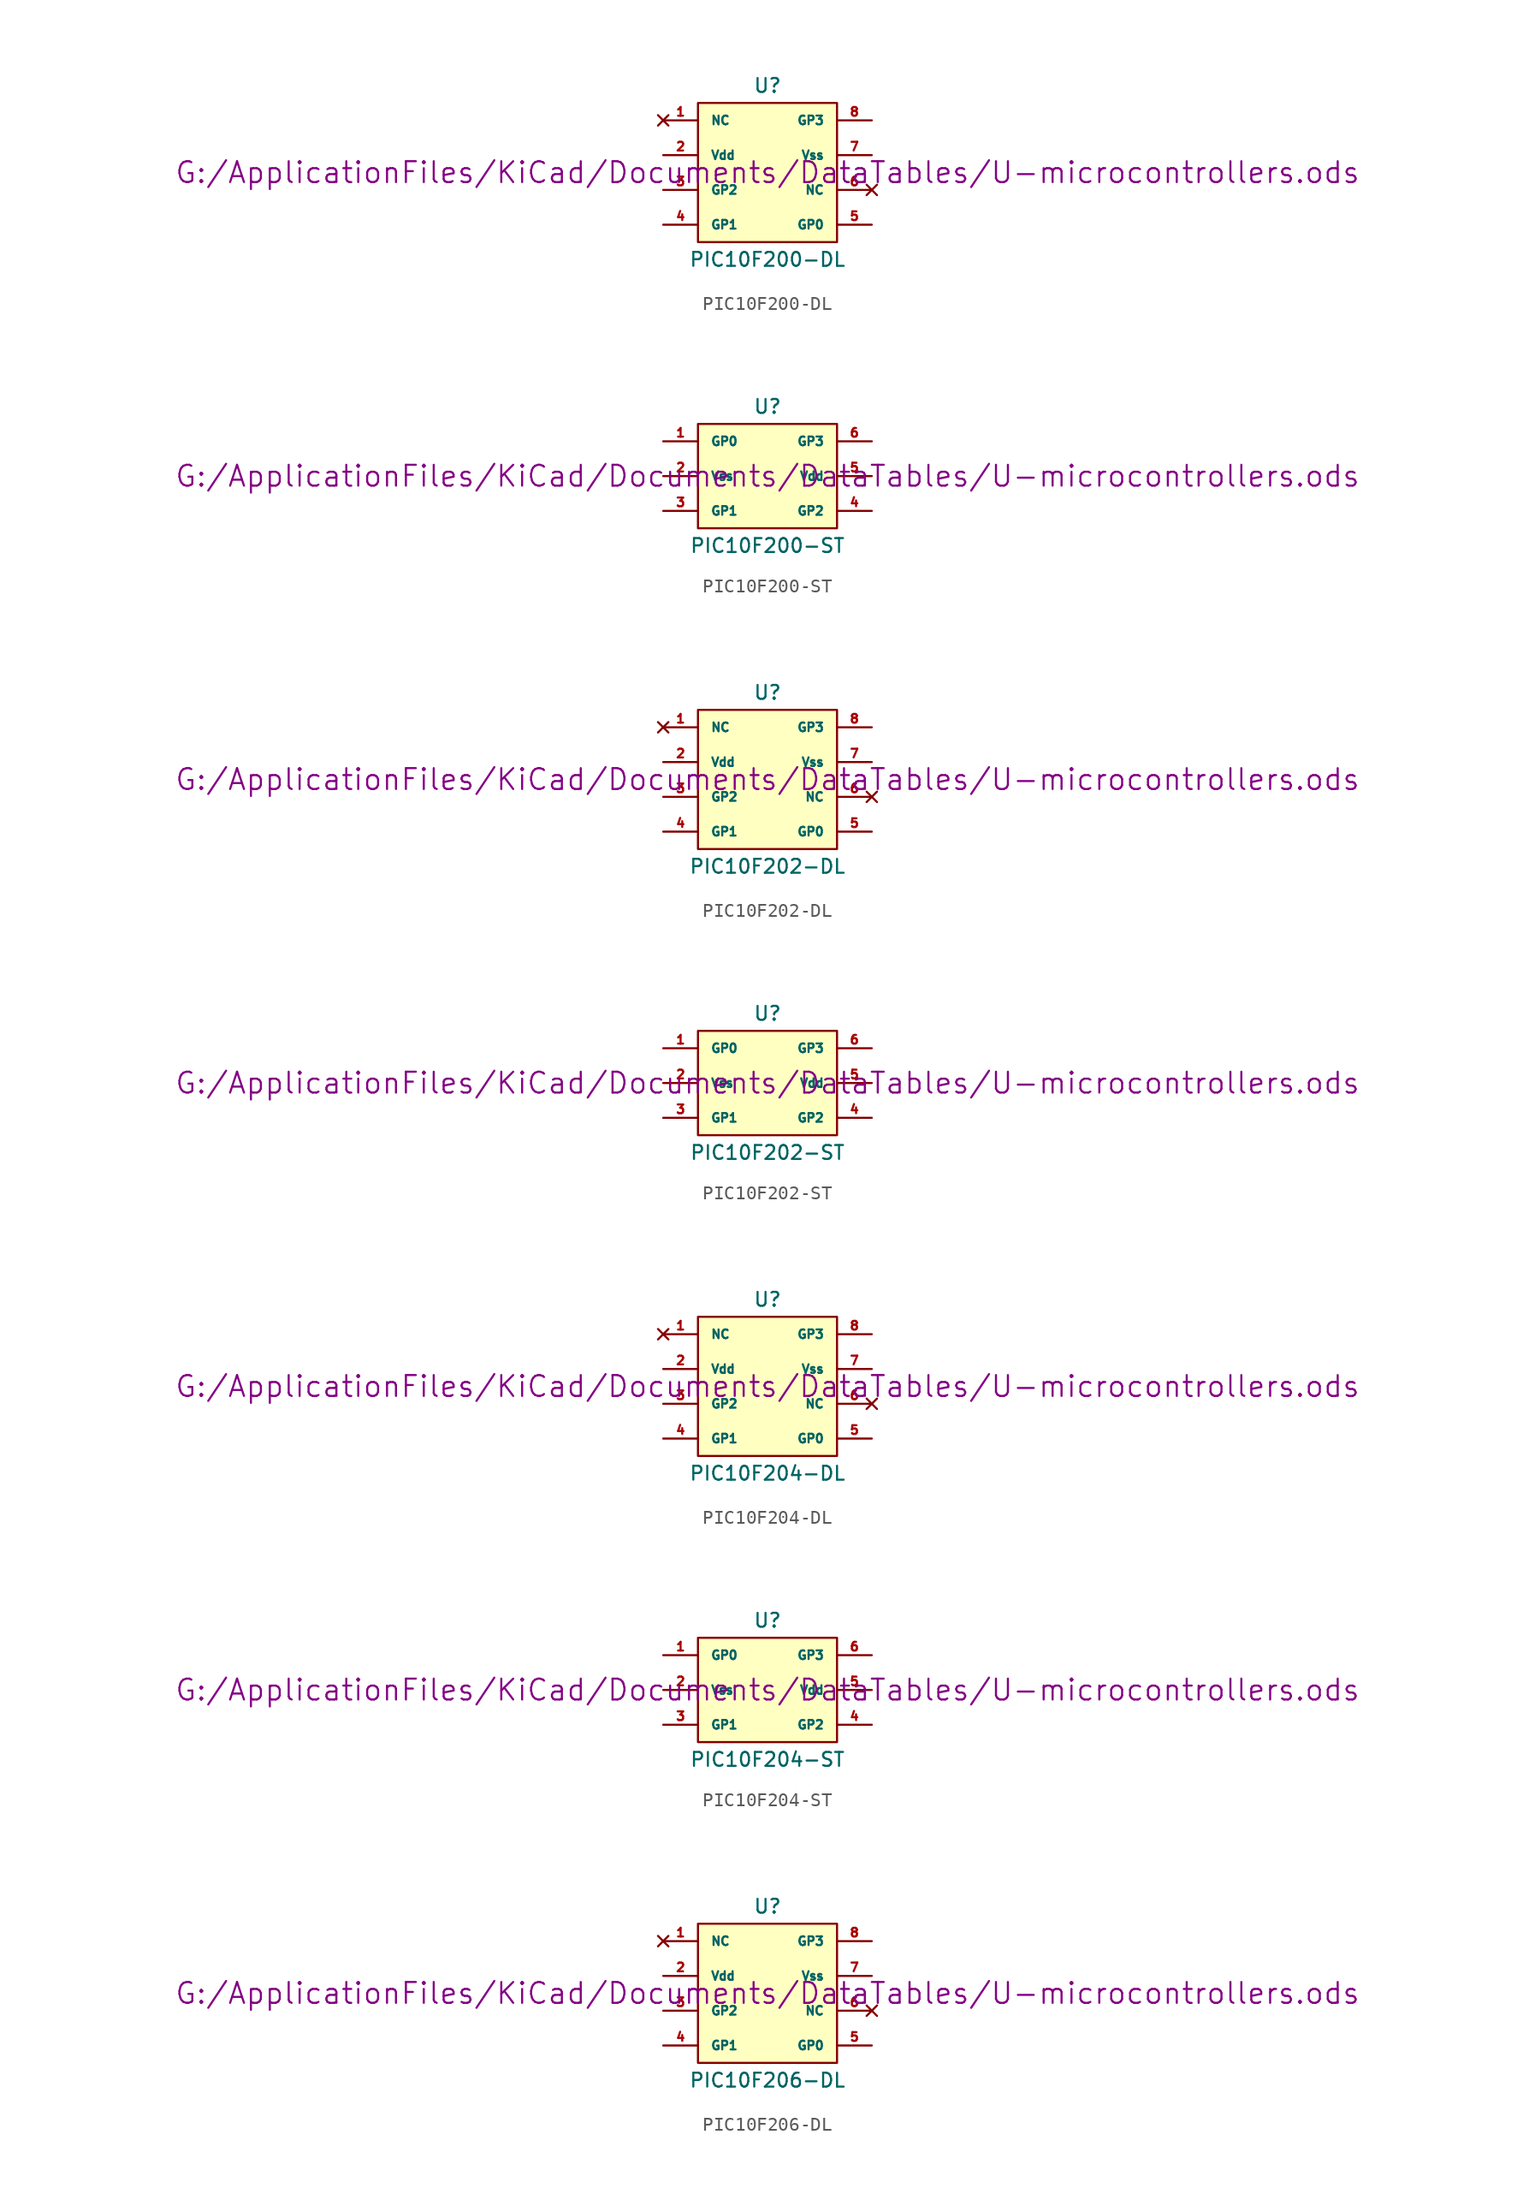
<source format=kicad_sym>
(kicad_symbol_lib
  (version 20211014)
  (generator kicad_symbol_editor)
  (symbol "PIC10F200-DL"
    (pin_names
      (offset 0.889))
    (property "Reference" "U"
      (at 0 6.35 0)
      (effects (font (size 1.016 1.016))))
    (property "Value" "PIC10F200-DL"
      (at 0 -6.35 0)
      (effects (font (size 1.016 1.016))))
    (property "Footprint" ""
      (at 0 0 0)
      (effects (font (size 1.524 1.524))))
    (property "Datasheet" "G:/ApplicationFiles/KiCad/Documents/DataTables/U-microcontrollers.ods"
      (at 0 0 0)
      (effects (font (size 1.524 1.524))))
    (symbol "PIC10F200-DL_1_0"
      (rectangle (start -5.08 -5.08) (end 5.08 5.08) (stroke (width 0) (type default) (color 0 0 0 0)) (fill (type background))))
    (symbol "PIC10F200-DL_1_1"
      (pin no_connect line (at -7.62 3.81 0) (length 2.54) (name "NC" (effects (font (size 0.635 0.635)))) (number "1" (effects (font (size 0.635 0.635)))))
      (pin power_in line (at -7.62 1.27 0) (length 2.54) (name "Vdd" (effects (font (size 0.635 0.635)))) (number "2" (effects (font (size 0.635 0.635)))))
      (pin bidirectional line (at -7.62 -1.27 0) (length 2.54) (name "GP2" (effects (font (size 0.635 0.635)))) (number "3" (effects (font (size 0.635 0.635)))))
      (pin bidirectional line (at -7.62 -3.81 0) (length 2.54) (name "GP1" (effects (font (size 0.635 0.635)))) (number "4" (effects (font (size 0.635 0.635)))))
      (pin bidirectional line (at 7.62 -3.81 180) (length 2.54) (name "GP0" (effects (font (size 0.635 0.635)))) (number "5" (effects (font (size 0.635 0.635)))))
      (pin no_connect line (at 7.62 -1.27 180) (length 2.54) (name "NC" (effects (font (size 0.635 0.635)))) (number "6" (effects (font (size 0.635 0.635)))))
      (pin power_in line (at 7.62 1.27 180) (length 2.54) (name "Vss" (effects (font (size 0.635 0.635)))) (number "7" (effects (font (size 0.635 0.635)))))
      (pin bidirectional line (at 7.62 3.81 180) (length 2.54) (name "GP3" (effects (font (size 0.635 0.635)))) (number "8" (effects (font (size 0.635 0.635)))))))
  (symbol "PIC10F200-ST"
    (pin_names
      (offset 0.889))
    (property "Reference" "U"
      (at 0 5.08 0)
      (effects (font (size 1.016 1.016))))
    (property "Value" "PIC10F200-ST"
      (at 0 -5.08 0)
      (effects (font (size 1.016 1.016))))
    (property "Footprint" ""
      (at 0 0 0)
      (effects (font (size 1.524 1.524))))
    (property "Datasheet" "G:/ApplicationFiles/KiCad/Documents/DataTables/U-microcontrollers.ods"
      (at 0 0 0)
      (effects (font (size 1.524 1.524))))
    (symbol "PIC10F200-ST_1_0"
      (rectangle (start -5.08 -3.81) (end 5.08 3.81) (stroke (width 0) (type default) (color 0 0 0 0)) (fill (type background))))
    (symbol "PIC10F200-ST_1_1"
      (pin bidirectional line (at -7.62 2.54 0) (length 2.54) (name "GP0" (effects (font (size 0.635 0.635)))) (number "1" (effects (font (size 0.635 0.635)))))
      (pin power_in line (at -7.62 0 0) (length 2.54) (name "Vss" (effects (font (size 0.635 0.635)))) (number "2" (effects (font (size 0.635 0.635)))))
      (pin bidirectional line (at -7.62 -2.54 0) (length 2.54) (name "GP1" (effects (font (size 0.635 0.635)))) (number "3" (effects (font (size 0.635 0.635)))))
      (pin bidirectional line (at 7.62 -2.54 180) (length 2.54) (name "GP2" (effects (font (size 0.635 0.635)))) (number "4" (effects (font (size 0.635 0.635)))))
      (pin power_in line (at 7.62 0 180) (length 2.54) (name "Vdd" (effects (font (size 0.635 0.635)))) (number "5" (effects (font (size 0.635 0.635)))))
      (pin bidirectional line (at 7.62 2.54 180) (length 2.54) (name "GP3" (effects (font (size 0.635 0.635)))) (number "6" (effects (font (size 0.635 0.635)))))))
  (symbol "PIC10F202-DL"
    (pin_names
      (offset 0.889))
    (property "Reference" "U"
      (at 0 6.35 0)
      (effects (font (size 1.016 1.016))))
    (property "Value" "PIC10F202-DL"
      (at 0 -6.35 0)
      (effects (font (size 1.016 1.016))))
    (property "Footprint" ""
      (at 0 0 0)
      (effects (font (size 1.524 1.524))))
    (property "Datasheet" "G:/ApplicationFiles/KiCad/Documents/DataTables/U-microcontrollers.ods"
      (at 0 0 0)
      (effects (font (size 1.524 1.524))))
    (symbol "PIC10F202-DL_1_0"
      (rectangle (start -5.08 -5.08) (end 5.08 5.08) (stroke (width 0) (type default) (color 0 0 0 0)) (fill (type background))))
    (symbol "PIC10F202-DL_1_1"
      (pin no_connect line (at -7.62 3.81 0) (length 2.54) (name "NC" (effects (font (size 0.635 0.635)))) (number "1" (effects (font (size 0.635 0.635)))))
      (pin power_in line (at -7.62 1.27 0) (length 2.54) (name "Vdd" (effects (font (size 0.635 0.635)))) (number "2" (effects (font (size 0.635 0.635)))))
      (pin bidirectional line (at -7.62 -1.27 0) (length 2.54) (name "GP2" (effects (font (size 0.635 0.635)))) (number "3" (effects (font (size 0.635 0.635)))))
      (pin bidirectional line (at -7.62 -3.81 0) (length 2.54) (name "GP1" (effects (font (size 0.635 0.635)))) (number "4" (effects (font (size 0.635 0.635)))))
      (pin bidirectional line (at 7.62 -3.81 180) (length 2.54) (name "GP0" (effects (font (size 0.635 0.635)))) (number "5" (effects (font (size 0.635 0.635)))))
      (pin no_connect line (at 7.62 -1.27 180) (length 2.54) (name "NC" (effects (font (size 0.635 0.635)))) (number "6" (effects (font (size 0.635 0.635)))))
      (pin power_in line (at 7.62 1.27 180) (length 2.54) (name "Vss" (effects (font (size 0.635 0.635)))) (number "7" (effects (font (size 0.635 0.635)))))
      (pin bidirectional line (at 7.62 3.81 180) (length 2.54) (name "GP3" (effects (font (size 0.635 0.635)))) (number "8" (effects (font (size 0.635 0.635)))))))
  (symbol "PIC10F202-ST"
    (pin_names
      (offset 0.889))
    (property "Reference" "U"
      (at 0 5.08 0)
      (effects (font (size 1.016 1.016))))
    (property "Value" "PIC10F202-ST"
      (at 0 -5.08 0)
      (effects (font (size 1.016 1.016))))
    (property "Footprint" ""
      (at 0 0 0)
      (effects (font (size 1.524 1.524))))
    (property "Datasheet" "G:/ApplicationFiles/KiCad/Documents/DataTables/U-microcontrollers.ods"
      (at 0 0 0)
      (effects (font (size 1.524 1.524))))
    (symbol "PIC10F202-ST_1_0"
      (rectangle (start -5.08 -3.81) (end 5.08 3.81) (stroke (width 0) (type default) (color 0 0 0 0)) (fill (type background))))
    (symbol "PIC10F202-ST_1_1"
      (pin bidirectional line (at -7.62 2.54 0) (length 2.54) (name "GP0" (effects (font (size 0.635 0.635)))) (number "1" (effects (font (size 0.635 0.635)))))
      (pin power_in line (at -7.62 0 0) (length 2.54) (name "Vss" (effects (font (size 0.635 0.635)))) (number "2" (effects (font (size 0.635 0.635)))))
      (pin bidirectional line (at -7.62 -2.54 0) (length 2.54) (name "GP1" (effects (font (size 0.635 0.635)))) (number "3" (effects (font (size 0.635 0.635)))))
      (pin bidirectional line (at 7.62 -2.54 180) (length 2.54) (name "GP2" (effects (font (size 0.635 0.635)))) (number "4" (effects (font (size 0.635 0.635)))))
      (pin power_in line (at 7.62 0 180) (length 2.54) (name "Vdd" (effects (font (size 0.635 0.635)))) (number "5" (effects (font (size 0.635 0.635)))))
      (pin bidirectional line (at 7.62 2.54 180) (length 2.54) (name "GP3" (effects (font (size 0.635 0.635)))) (number "6" (effects (font (size 0.635 0.635)))))))
  (symbol "PIC10F204-DL"
    (pin_names
      (offset 0.889))
    (property "Reference" "U"
      (at 0 6.35 0)
      (effects (font (size 1.016 1.016))))
    (property "Value" "PIC10F204-DL"
      (at 0 -6.35 0)
      (effects (font (size 1.016 1.016))))
    (property "Footprint" ""
      (at 0 0 0)
      (effects (font (size 1.524 1.524))))
    (property "Datasheet" "G:/ApplicationFiles/KiCad/Documents/DataTables/U-microcontrollers.ods"
      (at 0 0 0)
      (effects (font (size 1.524 1.524))))
    (symbol "PIC10F204-DL_1_0"
      (rectangle (start -5.08 -5.08) (end 5.08 5.08) (stroke (width 0) (type default) (color 0 0 0 0)) (fill (type background))))
    (symbol "PIC10F204-DL_1_1"
      (pin no_connect line (at -7.62 3.81 0) (length 2.54) (name "NC" (effects (font (size 0.635 0.635)))) (number "1" (effects (font (size 0.635 0.635)))))
      (pin power_in line (at -7.62 1.27 0) (length 2.54) (name "Vdd" (effects (font (size 0.635 0.635)))) (number "2" (effects (font (size 0.635 0.635)))))
      (pin bidirectional line (at -7.62 -1.27 0) (length 2.54) (name "GP2" (effects (font (size 0.635 0.635)))) (number "3" (effects (font (size 0.635 0.635)))))
      (pin bidirectional line (at -7.62 -3.81 0) (length 2.54) (name "GP1" (effects (font (size 0.635 0.635)))) (number "4" (effects (font (size 0.635 0.635)))))
      (pin bidirectional line (at 7.62 -3.81 180) (length 2.54) (name "GP0" (effects (font (size 0.635 0.635)))) (number "5" (effects (font (size 0.635 0.635)))))
      (pin no_connect line (at 7.62 -1.27 180) (length 2.54) (name "NC" (effects (font (size 0.635 0.635)))) (number "6" (effects (font (size 0.635 0.635)))))
      (pin power_in line (at 7.62 1.27 180) (length 2.54) (name "Vss" (effects (font (size 0.635 0.635)))) (number "7" (effects (font (size 0.635 0.635)))))
      (pin bidirectional line (at 7.62 3.81 180) (length 2.54) (name "GP3" (effects (font (size 0.635 0.635)))) (number "8" (effects (font (size 0.635 0.635)))))))
  (symbol "PIC10F204-ST"
    (pin_names
      (offset 0.889))
    (property "Reference" "U"
      (at 0 5.08 0)
      (effects (font (size 1.016 1.016))))
    (property "Value" "PIC10F204-ST"
      (at 0 -5.08 0)
      (effects (font (size 1.016 1.016))))
    (property "Footprint" ""
      (at 0 0 0)
      (effects (font (size 1.524 1.524))))
    (property "Datasheet" "G:/ApplicationFiles/KiCad/Documents/DataTables/U-microcontrollers.ods"
      (at 0 0 0)
      (effects (font (size 1.524 1.524))))
    (symbol "PIC10F204-ST_1_0"
      (rectangle (start -5.08 -3.81) (end 5.08 3.81) (stroke (width 0) (type default) (color 0 0 0 0)) (fill (type background))))
    (symbol "PIC10F204-ST_1_1"
      (pin bidirectional line (at -7.62 2.54 0) (length 2.54) (name "GP0" (effects (font (size 0.635 0.635)))) (number "1" (effects (font (size 0.635 0.635)))))
      (pin power_in line (at -7.62 0 0) (length 2.54) (name "Vss" (effects (font (size 0.635 0.635)))) (number "2" (effects (font (size 0.635 0.635)))))
      (pin bidirectional line (at -7.62 -2.54 0) (length 2.54) (name "GP1" (effects (font (size 0.635 0.635)))) (number "3" (effects (font (size 0.635 0.635)))))
      (pin bidirectional line (at 7.62 -2.54 180) (length 2.54) (name "GP2" (effects (font (size 0.635 0.635)))) (number "4" (effects (font (size 0.635 0.635)))))
      (pin power_in line (at 7.62 0 180) (length 2.54) (name "Vdd" (effects (font (size 0.635 0.635)))) (number "5" (effects (font (size 0.635 0.635)))))
      (pin bidirectional line (at 7.62 2.54 180) (length 2.54) (name "GP3" (effects (font (size 0.635 0.635)))) (number "6" (effects (font (size 0.635 0.635)))))))
  (symbol "PIC10F206-DL"
    (pin_names
      (offset 0.889))
    (property "Reference" "U"
      (at 0 6.35 0)
      (effects (font (size 1.016 1.016))))
    (property "Value" "PIC10F206-DL"
      (at 0 -6.35 0)
      (effects (font (size 1.016 1.016))))
    (property "Footprint" ""
      (at 0 0 0)
      (effects (font (size 1.524 1.524))))
    (property "Datasheet" "G:/ApplicationFiles/KiCad/Documents/DataTables/U-microcontrollers.ods"
      (at 0 0 0)
      (effects (font (size 1.524 1.524))))
    (symbol "PIC10F206-DL_1_0"
      (rectangle (start -5.08 -5.08) (end 5.08 5.08) (stroke (width 0) (type default) (color 0 0 0 0)) (fill (type background))))
    (symbol "PIC10F206-DL_1_1"
      (pin no_connect line (at -7.62 3.81 0) (length 2.54) (name "NC" (effects (font (size 0.635 0.635)))) (number "1" (effects (font (size 0.635 0.635)))))
      (pin power_in line (at -7.62 1.27 0) (length 2.54) (name "Vdd" (effects (font (size 0.635 0.635)))) (number "2" (effects (font (size 0.635 0.635)))))
      (pin bidirectional line (at -7.62 -1.27 0) (length 2.54) (name "GP2" (effects (font (size 0.635 0.635)))) (number "3" (effects (font (size 0.635 0.635)))))
      (pin bidirectional line (at -7.62 -3.81 0) (length 2.54) (name "GP1" (effects (font (size 0.635 0.635)))) (number "4" (effects (font (size 0.635 0.635)))))
      (pin bidirectional line (at 7.62 -3.81 180) (length 2.54) (name "GP0" (effects (font (size 0.635 0.635)))) (number "5" (effects (font (size 0.635 0.635)))))
      (pin no_connect line (at 7.62 -1.27 180) (length 2.54) (name "NC" (effects (font (size 0.635 0.635)))) (number "6" (effects (font (size 0.635 0.635)))))
      (pin power_in line (at 7.62 1.27 180) (length 2.54) (name "Vss" (effects (font (size 0.635 0.635)))) (number "7" (effects (font (size 0.635 0.635)))))
      (pin bidirectional line (at 7.62 3.81 180) (length 2.54) (name "GP3" (effects (font (size 0.635 0.635)))) (number "8" (effects (font (size 0.635 0.635))))))))
</source>
